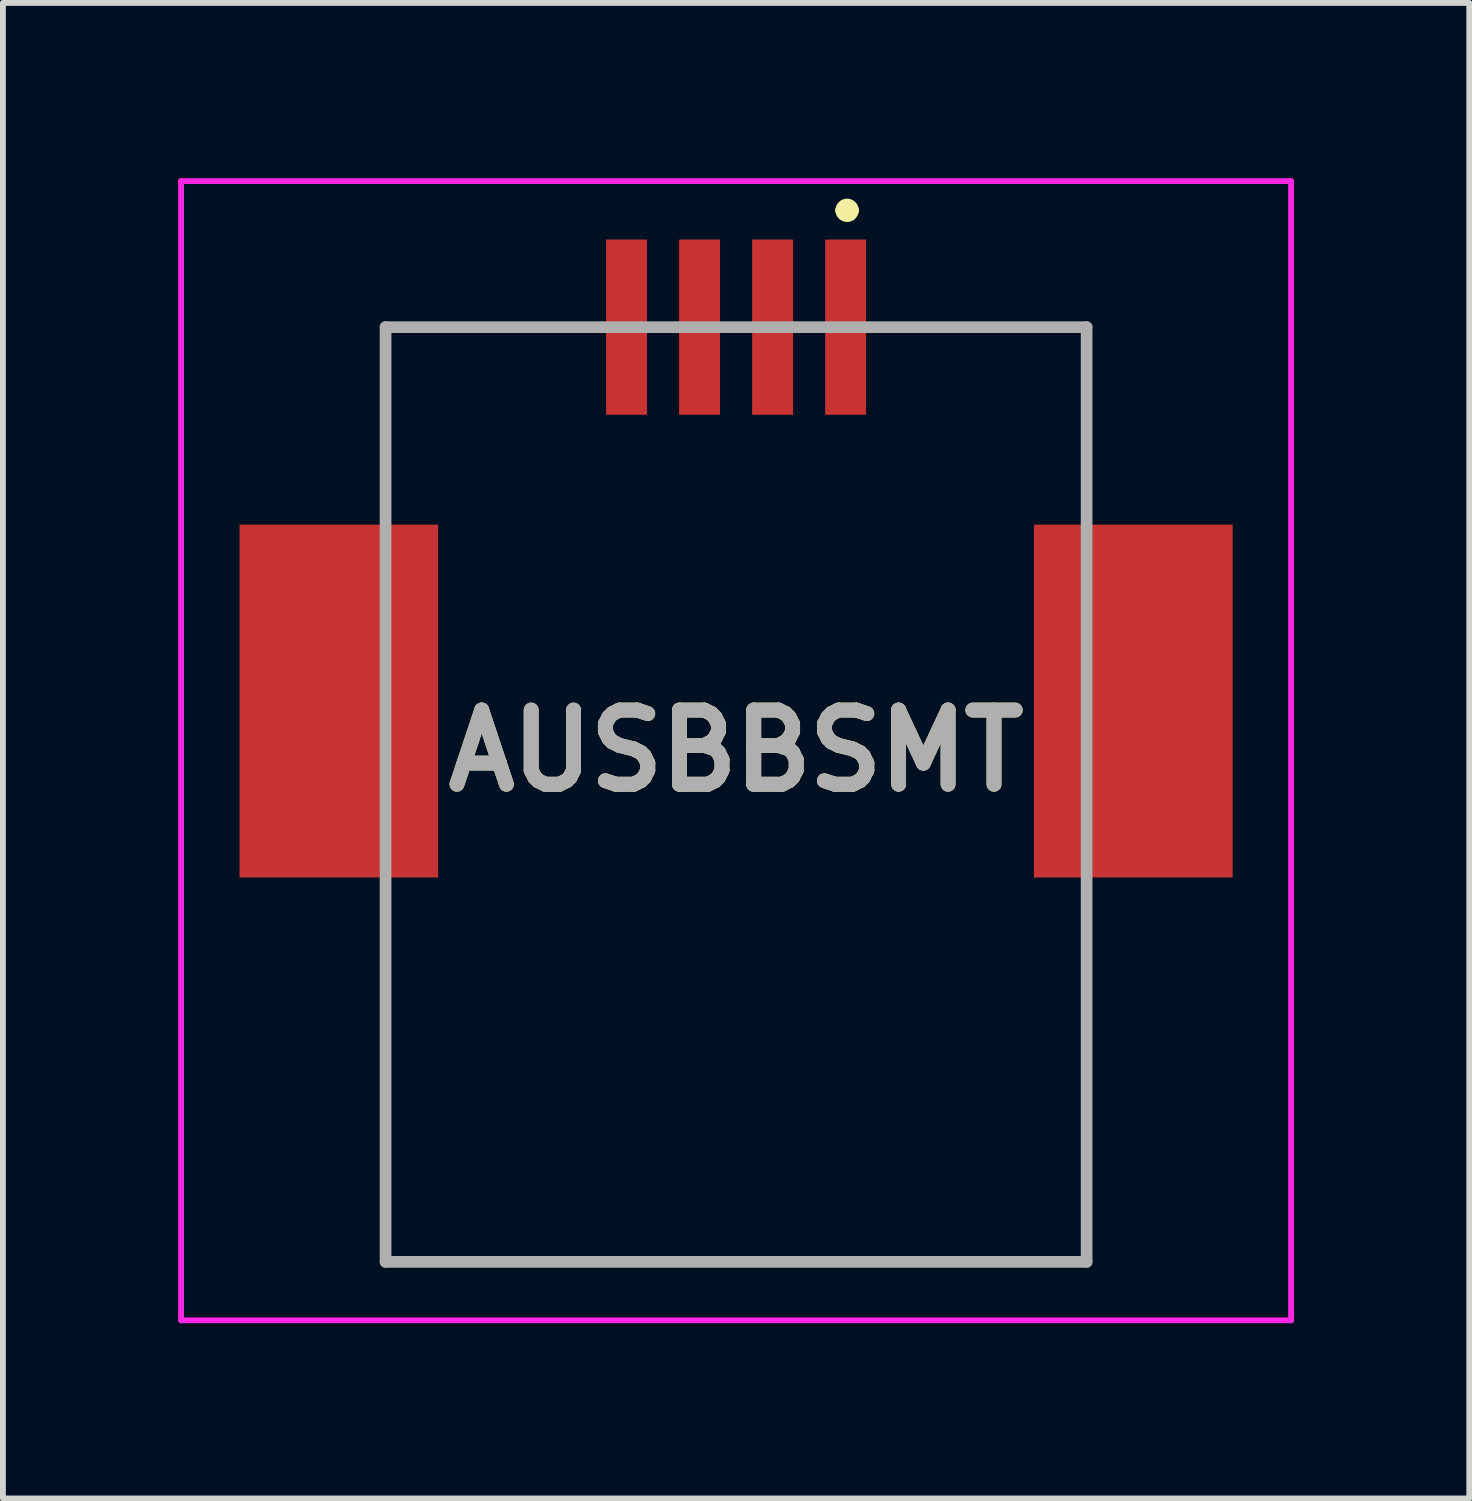
<source format=kicad_pcb>
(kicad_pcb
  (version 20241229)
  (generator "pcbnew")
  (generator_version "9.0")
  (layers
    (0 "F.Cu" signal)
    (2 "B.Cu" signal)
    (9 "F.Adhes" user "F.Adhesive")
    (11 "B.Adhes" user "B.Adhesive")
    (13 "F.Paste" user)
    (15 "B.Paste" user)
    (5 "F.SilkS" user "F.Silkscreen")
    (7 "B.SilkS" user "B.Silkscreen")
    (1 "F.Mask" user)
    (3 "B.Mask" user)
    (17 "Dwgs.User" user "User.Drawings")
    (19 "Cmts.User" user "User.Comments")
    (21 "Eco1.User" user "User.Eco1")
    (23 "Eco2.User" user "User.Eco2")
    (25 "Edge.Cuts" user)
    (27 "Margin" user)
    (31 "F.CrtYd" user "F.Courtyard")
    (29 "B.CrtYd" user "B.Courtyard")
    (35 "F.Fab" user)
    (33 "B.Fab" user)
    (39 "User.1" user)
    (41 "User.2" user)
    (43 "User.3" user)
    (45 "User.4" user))
  (footprint "AUSBBSMT"
    (layer "F.Cu")
    (at 9.55 18.55)
    (property "Reference" "AUSBBSMT" (at 0 -8.75 0) (layer "F.SilkS") (effects (font (size 1.27 1.27) (thickness 0.254))))
    (attr through_hole)
    (fp_line (start -6 -16) (end -6 -12.9) (stroke (width 0.1) (type solid)) (layer "F.SilkS"))
    (fp_line (start -6 -6.3) (end -6 0) (stroke (width 0.1) (type solid)) (layer "F.SilkS"))
    (fp_line (start -6 0) (end 6 0) (stroke (width 0.1) (type solid)) (layer "F.SilkS"))
    (fp_line (start -2.7 -16) (end -6 -16) (stroke (width 0.1) (type solid)) (layer "F.SilkS"))
    (fp_line (start 1.8 -18) (end 1.8 -18) (stroke (width 0.2) (type solid)) (layer "F.SilkS"))
    (fp_line (start 2 -18) (end 2 -18) (stroke (width 0.2) (type solid)) (layer "F.SilkS"))
    (fp_line (start 2.7 -16) (end 6 -16) (stroke (width 0.1) (type solid)) (layer "F.SilkS"))
    (fp_line (start 6 -16) (end 6 -12.9) (stroke (width 0.1) (type solid)) (layer "F.SilkS"))
    (fp_line (start 6 0) (end 6 -6.3) (stroke (width 0.1) (type solid)) (layer "F.SilkS"))
    (fp_arc (start 1.8 -18) (mid 1.9 -18.1) (end 2 -18) (stroke (width 0.2) (type solid)) (layer "F.SilkS"))
    (fp_arc (start 2 -18) (mid 1.9 -17.9) (end 1.8 -18) (stroke (width 0.2) (type solid)) (layer "F.SilkS"))
    (fp_line (start -9.5 -18.5) (end 9.5 -18.5) (stroke (width 0.1) (type solid)) (layer "F.CrtYd"))
    (fp_line (start -9.5 1) (end -9.5 -18.5) (stroke (width 0.1) (type solid)) (layer "F.CrtYd"))
    (fp_line (start 9.5 -18.5) (end 9.5 1) (stroke (width 0.1) (type solid)) (layer "F.CrtYd"))
    (fp_line (start 9.5 1) (end -9.5 1) (stroke (width 0.1) (type solid)) (layer "F.CrtYd"))
    (fp_line (start -6 -16) (end 6 -16) (stroke (width 0.2) (type solid)) (layer "F.Fab"))
    (fp_line (start -6 0) (end -6 -16) (stroke (width 0.2) (type solid)) (layer "F.Fab"))
    (fp_line (start 6 -16) (end 6 0) (stroke (width 0.2) (type solid)) (layer "F.Fab"))
    (fp_line (start 6 0) (end -6 0) (stroke (width 0.2) (type solid)) (layer "F.Fab"))
    (fp_text user "${REFERENCE}" (at 0 -8.75 0) (layer "F.Fab") (effects (font (size 1.27 1.27) (thickness 0.254))))
    (pad "" np_thru_hole circle (at -2.75 -9) (size 0.001 0.001) (drill 1.4) (layers "*.Cu" "*.Mask"))
    (pad "" np_thru_hole circle (at 2.75 -9) (size 0.001 0.001) (drill 1.4) (layers "*.Cu" "*.Mask"))
    (pad "1" smd rect (at 1.875 -16) (size 0.7 3) (layers "F.Cu" "F.Mask" "F.Paste"))
    (pad "2" smd rect (at -0.625 -16) (size 0.7 3) (layers "F.Cu" "F.Mask" "F.Paste"))
    (pad "3" smd rect (at -1.875 -16) (size 0.7 3) (layers "F.Cu" "F.Mask" "F.Paste"))
    (pad "4" smd rect (at 0.625 -16) (size 0.7 3) (layers "F.Cu" "F.Mask" "F.Paste"))
    (pad "5" smd rect (at -6.8 -9.6) (size 3.4 6.04) (layers "F.Cu" "F.Mask" "F.Paste"))
    (pad "6" smd rect (at 6.8 -9.6) (size 3.4 6.04) (layers "F.Cu" "F.Mask" "F.Paste")))
  (gr_rect
    (start -3 -3)
    (end 22.1 22.6)
    (stroke (width 0.1) (type default))
    (fill no)
    (layer "Edge.Cuts")))
</source>
